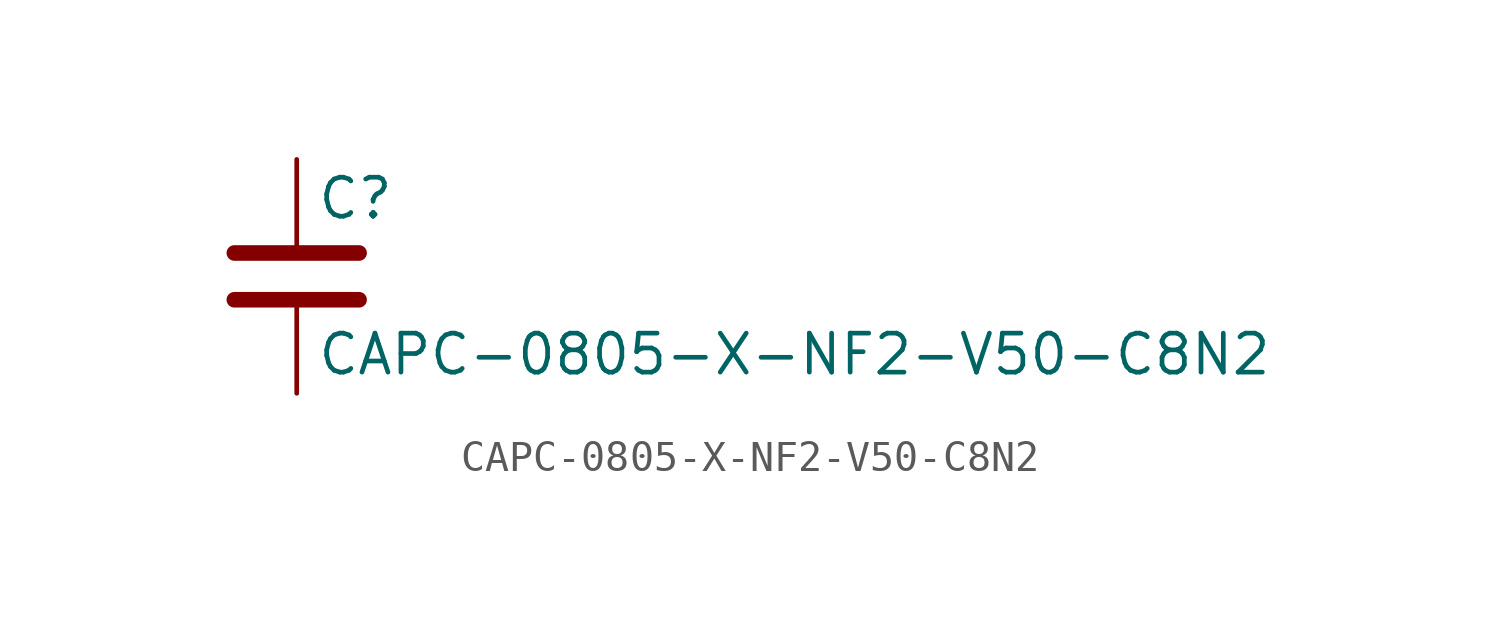
<source format=kicad_sym>
(kicad_symbol_lib
  (version 20211014)
  (generator kicad_symbol_editor)
  (symbol "CAPC-0805-X-NF2-V50-C8N2"
    (pin_numbers hide)
    (pin_names
      (offset 0.254))
    (property "Reference" "C"
      (at 0.635 2.54 0)
      (effects (font (size 1.27 1.27)) (justify left)))
    (property "Value" "CAPC-0805-X-NF2-V50-C8N2"
      (at 0.635 -2.54 0)
      (effects (font (size 1.27 1.27)) (justify left)))
    (symbol "CAPC-0805-X-NF2-V50-C8N2_0_1"
      (polyline (pts (xy -2.032 -0.762) (xy 2.032 -0.762)) (stroke (width 0.508) (type default) (color 0 0 0 0)) (fill (type none)))
      (polyline (pts (xy -2.032 0.762) (xy 2.032 0.762)) (stroke (width 0.508) (type default) (color 0 0 0 0)) (fill (type none))))
    (symbol "CAPC-0805-X-NF2-V50-C8N2_1_1"
      (pin passive line (at 0 3.81 270) (length 2.794) (name "~" (effects (font (size 1.27 1.27)))) (number "1" (effects (font (size 1.27 1.27)))))
      (pin passive line (at 0 -3.81 90) (length 2.794) (name "~" (effects (font (size 1.27 1.27)))) (number "2" (effects (font (size 1.27 1.27))))))))
</source>
